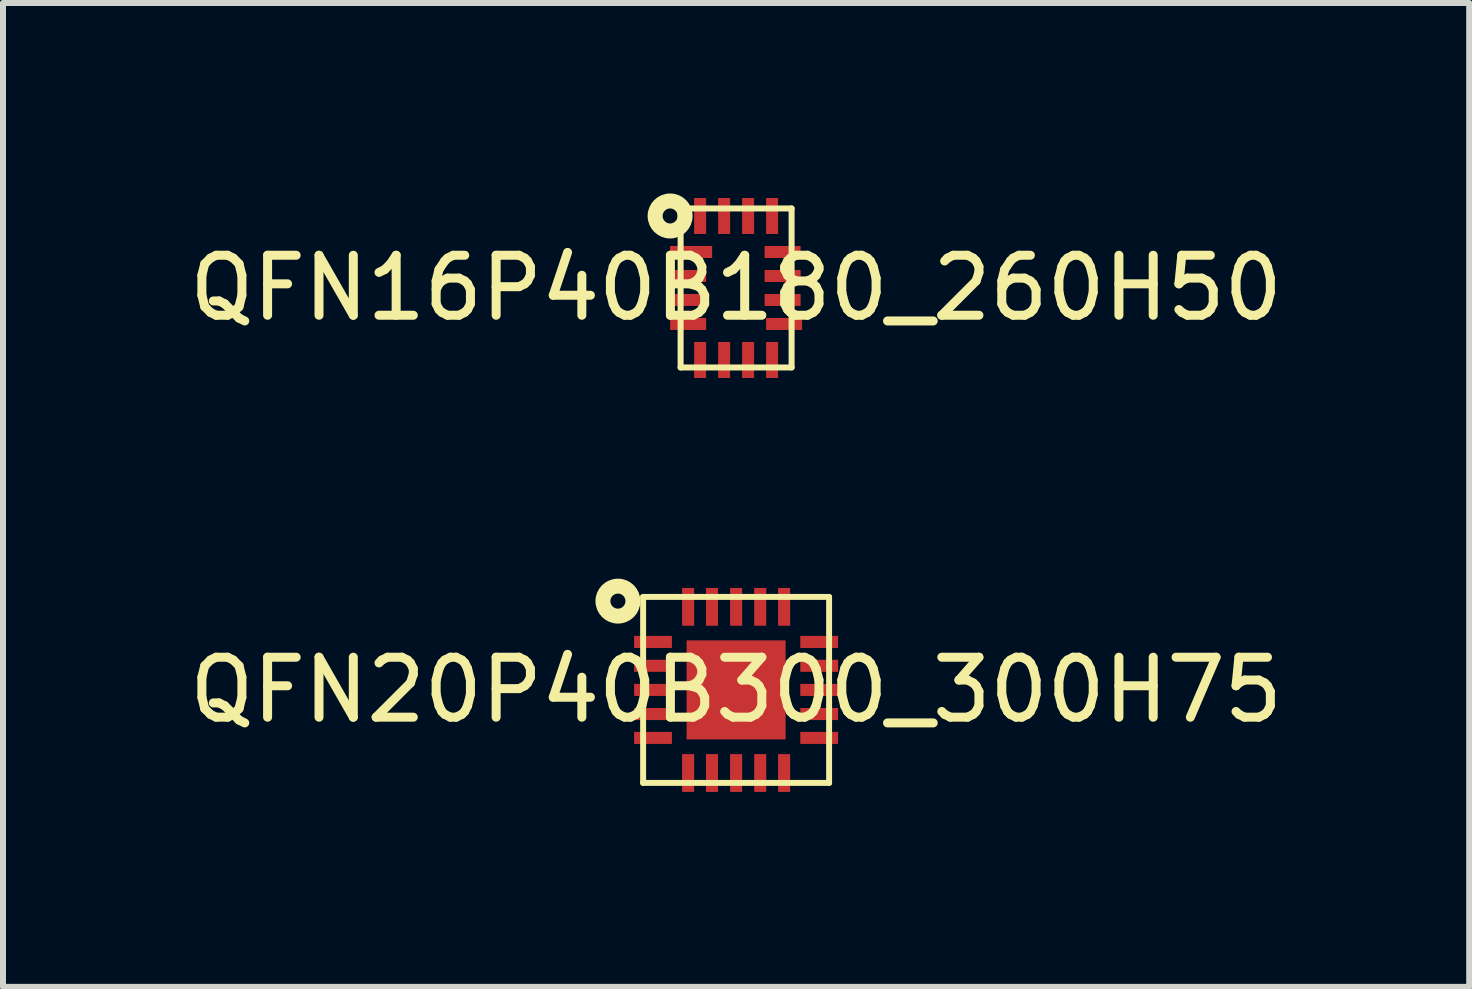
<source format=kicad_pcb>
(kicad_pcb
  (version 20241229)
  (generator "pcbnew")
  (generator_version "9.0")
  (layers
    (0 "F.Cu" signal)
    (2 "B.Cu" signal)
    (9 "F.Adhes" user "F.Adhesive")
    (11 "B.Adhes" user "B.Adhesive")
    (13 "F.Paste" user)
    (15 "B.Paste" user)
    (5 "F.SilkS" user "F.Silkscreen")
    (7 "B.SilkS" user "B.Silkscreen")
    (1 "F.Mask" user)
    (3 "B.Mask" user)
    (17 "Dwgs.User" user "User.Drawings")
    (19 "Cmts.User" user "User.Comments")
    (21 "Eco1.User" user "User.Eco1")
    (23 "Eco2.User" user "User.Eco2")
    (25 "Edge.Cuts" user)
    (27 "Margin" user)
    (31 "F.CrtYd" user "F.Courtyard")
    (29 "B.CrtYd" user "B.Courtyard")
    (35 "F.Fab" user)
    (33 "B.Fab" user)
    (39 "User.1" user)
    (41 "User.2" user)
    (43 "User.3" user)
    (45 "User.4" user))
  (footprint "QFN16P40B180_260H50"
    (layer "F.Cu")
    (at 9.22 1.75)
    (property "Reference" "QFN16P40B180_260H50" (at 0 0 0) (layer "F.SilkS") (effects (font (size 1 1) (thickness 0.15))))
    (fp_line (start -0.925 1.325) (end -0.925 -1.325) (stroke (width 0.1) (type default)) (layer "F.SilkS"))
    (fp_line (start 0.925 -1.325) (end -0.925 -1.325) (stroke (width 0.1) (type default)) (layer "F.SilkS"))
    (fp_line (start 0.925 1.325) (end -0.925 1.325) (stroke (width 0.1) (type default)) (layer "F.SilkS"))
    (fp_line (start 0.925 1.325) (end 0.925 -1.325) (stroke (width 0.1) (type default)) (layer "F.SilkS"))
    (fp_circle (center -1.1 -1.2) (end -0.85 -1.2) (stroke (width 0.25) (type default)) (fill no) (layer "F.SilkS"))
    (fp_line (start -1.3 1.7) (end -1.3 -1.7) (stroke (width 0.025) (type default)) (layer "User.1"))
    (fp_line (start 1.3 -1.7) (end -1.3 -1.7) (stroke (width 0.025) (type default)) (layer "User.1"))
    (fp_line (start 1.3 1.7) (end -1.3 1.7) (stroke (width 0.025) (type default)) (layer "User.1"))
    (fp_line (start 1.3 1.7) (end 1.3 -1.7) (stroke (width 0.025) (type default)) (layer "User.1"))
    (fp_poly (pts (xy -0.925 -1.325) (xy 0.925 -1.325) (xy 0.925 1.325) (xy -0.925 1.325)) (stroke (width 0.1) (type default)) (fill no) (layer "User.1"))
    (fp_poly (pts (xy -0.925 -1.325) (xy 0.925 -1.325) (xy 0.925 1.325) (xy -0.925 1.325)) (stroke (width 0.1) (type default)) (fill no) (layer "User.1"))
    (fp_poly (pts (xy -1.3 -1.7) (xy 1.3 -1.7) (xy 1.3 1.7) (xy -1.3 1.7) (xy -1.3 0.9) (xy -1 0.9) (xy -1 1.3) (xy -1 1.4) (xy 1 1.4) (xy 1 1.3) (xy 1 -1.4) (xy 0.9 -1.4) (xy -1 -1.4) (xy -1 -1.3) (xy -1 0.8) (xy -1.3 0.8)) (stroke (width 0.1) (type default)) (fill no) (layer "User.1"))
    (fp_poly (pts (xy -1.3 -1.7) (xy 1.3 -1.7) (xy 1.3 1.7) (xy -1.3 1.7) (xy -1.3 0.9) (xy -1 0.9) (xy -1 1.3) (xy -1 1.4) (xy 1 1.4) (xy 1 1.3) (xy 1 -1.4) (xy 0.9 -1.4) (xy -1 -1.4) (xy -1 -1.3) (xy -1 0.8) (xy -1.3 0.8)) (stroke (width 0.1) (type default)) (fill no) (layer "User.1"))
    (pad "1" smd rect (at -0.75 -0.6 90) (size 0.201 0.701) (layers "F.Cu" "F.Mask" "F.Paste"))
    (pad "2" smd rect (at -0.8 -0.2 90) (size 0.2 0.6) (layers "F.Cu" "F.Mask" "F.Paste"))
    (pad "3" smd rect (at -0.8 0.2 90) (size 0.2 0.6) (layers "F.Cu" "F.Mask" "F.Paste"))
    (pad "4" smd rect (at -0.8 0.6 90) (size 0.2 0.6) (layers "F.Cu" "F.Mask" "F.Paste"))
    (pad "5" smd rect (at -0.6 1.2 90) (size 0.6 0.2) (layers "F.Cu" "F.Mask" "F.Paste"))
    (pad "6" smd rect (at -0.2 1.2 90) (size 0.6 0.2) (layers "F.Cu" "F.Mask" "F.Paste"))
    (pad "7" smd rect (at 0.2 1.2 90) (size 0.6 0.2) (layers "F.Cu" "F.Mask" "F.Paste"))
    (pad "8" smd rect (at 0.6 1.2 90) (size 0.6 0.2) (layers "F.Cu" "F.Mask" "F.Paste"))
    (pad "9" smd rect (at 0.8 0.6 90) (size 0.2 0.6) (layers "F.Cu" "F.Mask" "F.Paste"))
    (pad "10" smd rect (at 0.775 0.2 90) (size 0.2 0.6) (layers "F.Cu" "F.Mask" "F.Paste"))
    (pad "11" smd rect (at 0.775 -0.2 90) (size 0.2 0.6) (layers "F.Cu" "F.Mask" "F.Paste"))
    (pad "12" smd rect (at 0.775 -0.6 90) (size 0.2 0.6) (layers "F.Cu" "F.Mask" "F.Paste"))
    (pad "13" smd rect (at 0.6 -1.2 90) (size 0.6 0.2) (layers "F.Cu" "F.Mask" "F.Paste"))
    (pad "14" smd rect (at 0.2 -1.2 90) (size 0.6 0.2) (layers "F.Cu" "F.Mask" "F.Paste"))
    (pad "15" smd rect (at -0.2 -1.2 90) (size 0.6 0.2) (layers "F.Cu" "F.Mask" "F.Paste"))
    (pad "16" smd rect (at -0.6 -1.2 90) (size 0.6 0.2) (layers "F.Cu" "F.Mask" "F.Paste")))
  (footprint "QFN20P40B300_300H75"
    (layer "F.Cu")
    (at 9.22 8.45)
    (property "Reference" "QFN20P40B300_300H75" (at 0 0 0) (layer "F.SilkS") (effects (font (size 1 1) (thickness 0.15))))
    (fp_line (start -1.55 1.55) (end -1.55 -1.55) (stroke (width 0.099) (type default)) (layer "F.SilkS"))
    (fp_line (start 1.55 -1.55) (end -1.55 -1.55) (stroke (width 0.099) (type default)) (layer "F.SilkS"))
    (fp_line (start 1.55 1.55) (end -1.55 1.55) (stroke (width 0.099) (type default)) (layer "F.SilkS"))
    (fp_line (start 1.55 1.55) (end 1.55 -1.55) (stroke (width 0.099) (type default)) (layer "F.SilkS"))
    (fp_circle (center -1.97 -1.48) (end -1.72 -1.48) (stroke (width 0.249) (type default)) (fill no) (layer "F.SilkS"))
    (fp_line (start -1.9 1.9) (end -1.9 -1.9) (stroke (width 0.025) (type default)) (layer "User.1"))
    (fp_line (start 1.9 -1.9) (end -1.9 -1.9) (stroke (width 0.025) (type default)) (layer "User.1"))
    (fp_line (start 1.9 1.9) (end -1.9 1.9) (stroke (width 0.025) (type default)) (layer "User.1"))
    (fp_line (start 1.9 1.9) (end 1.9 -1.9) (stroke (width 0.025) (type default)) (layer "User.1"))
    (fp_poly (pts (xy -1.55 1.55) (xy 1.55 1.55) (xy 1.55 -1.55) (xy -1.55 -1.55)) (stroke (width 0.1) (type default)) (fill no) (layer "User.1"))
    (fp_poly (pts (xy -1.55 1.55) (xy 1.55 1.55) (xy 1.55 -1.55) (xy -1.55 -1.55)) (stroke (width 0.1) (type default)) (fill no) (layer "User.1"))
    (fp_poly (pts (xy -1.9 1.9) (xy -1.56 1.9) (xy -1.56 -1.56) (xy 1.56 -1.56) (xy 1.56 1.56) (xy -1.55 1.56) (xy -1.55 1.9) (xy 1.9 1.9) (xy 1.9 -1.9) (xy -1.9 -1.9)) (stroke (width 0.1) (type default)) (fill no) (layer "User.1"))
    (fp_poly (pts (xy -1.9 1.9) (xy -1.56 1.9) (xy -1.56 -1.56) (xy 1.56 -1.56) (xy 1.56 1.56) (xy -1.55 1.56) (xy -1.55 1.9) (xy 1.9 1.9) (xy 1.9 -1.9) (xy -1.9 -1.9)) (stroke (width 0.1) (type default)) (fill no) (layer "User.1"))
    (pad "1" smd rect (at -1.385 -0.8 90) (size 0.201 0.63) (layers "F.Cu" "F.Mask" "F.Paste"))
    (pad "2" smd rect (at -1.385 -0.402 90) (size 0.201 0.63) (layers "F.Cu" "F.Mask" "F.Paste"))
    (pad "3" smd rect (at -1.385 0 90) (size 0.201 0.63) (layers "F.Cu" "F.Mask" "F.Paste"))
    (pad "4" smd rect (at -1.385 0.402 90) (size 0.201 0.63) (layers "F.Cu" "F.Mask" "F.Paste"))
    (pad "5" smd rect (at -1.385 0.8 90) (size 0.201 0.63) (layers "F.Cu" "F.Mask" "F.Paste"))
    (pad "6" smd rect (at -0.8 1.385 90) (size 0.63 0.201) (layers "F.Cu" "F.Mask" "F.Paste"))
    (pad "7" smd rect (at -0.402 1.385 90) (size 0.63 0.201) (layers "F.Cu" "F.Mask" "F.Paste"))
    (pad "8" smd rect (at 0 1.385 90) (size 0.63 0.201) (layers "F.Cu" "F.Mask" "F.Paste"))
    (pad "9" smd rect (at 0.402 1.385 90) (size 0.63 0.201) (layers "F.Cu" "F.Mask" "F.Paste"))
    (pad "10" smd rect (at 0.8 1.385 90) (size 0.63 0.201) (layers "F.Cu" "F.Mask" "F.Paste"))
    (pad "11" smd rect (at 1.385 0.8 90) (size 0.201 0.63) (layers "F.Cu" "F.Mask" "F.Paste"))
    (pad "12" smd rect (at 1.385 0.402 90) (size 0.201 0.63) (layers "F.Cu" "F.Mask" "F.Paste"))
    (pad "13" smd rect (at 1.385 0 90) (size 0.201 0.63) (layers "F.Cu" "F.Mask" "F.Paste"))
    (pad "14" smd rect (at 1.385 -0.402 90) (size 0.201 0.63) (layers "F.Cu" "F.Mask" "F.Paste"))
    (pad "15" smd rect (at 1.385 -0.8 90) (size 0.201 0.63) (layers "F.Cu" "F.Mask" "F.Paste"))
    (pad "16" smd rect (at 0.8 -1.385 90) (size 0.63 0.201) (layers "F.Cu" "F.Mask" "F.Paste"))
    (pad "17" smd rect (at 0.402 -1.385 90) (size 0.63 0.201) (layers "F.Cu" "F.Mask" "F.Paste"))
    (pad "18" smd rect (at 0 -1.385 90) (size 0.63 0.201) (layers "F.Cu" "F.Mask" "F.Paste"))
    (pad "19" smd rect (at -0.402 -1.385 90) (size 0.63 0.201) (layers "F.Cu" "F.Mask" "F.Paste"))
    (pad "20" smd rect (at -0.8 -1.385 90) (size 0.63 0.201) (layers "F.Cu" "F.Mask" "F.Paste"))
    (pad "21" smd rect (at 0 0 90) (size 1.651 1.651) (layers "F.Cu" "F.Mask" "F.Paste")))
  (gr_rect
    (start -3 -3)
    (end 21.44 13.4)
    (stroke (width 0.1) (type default))
    (fill no)
    (layer "Edge.Cuts")))
</source>
